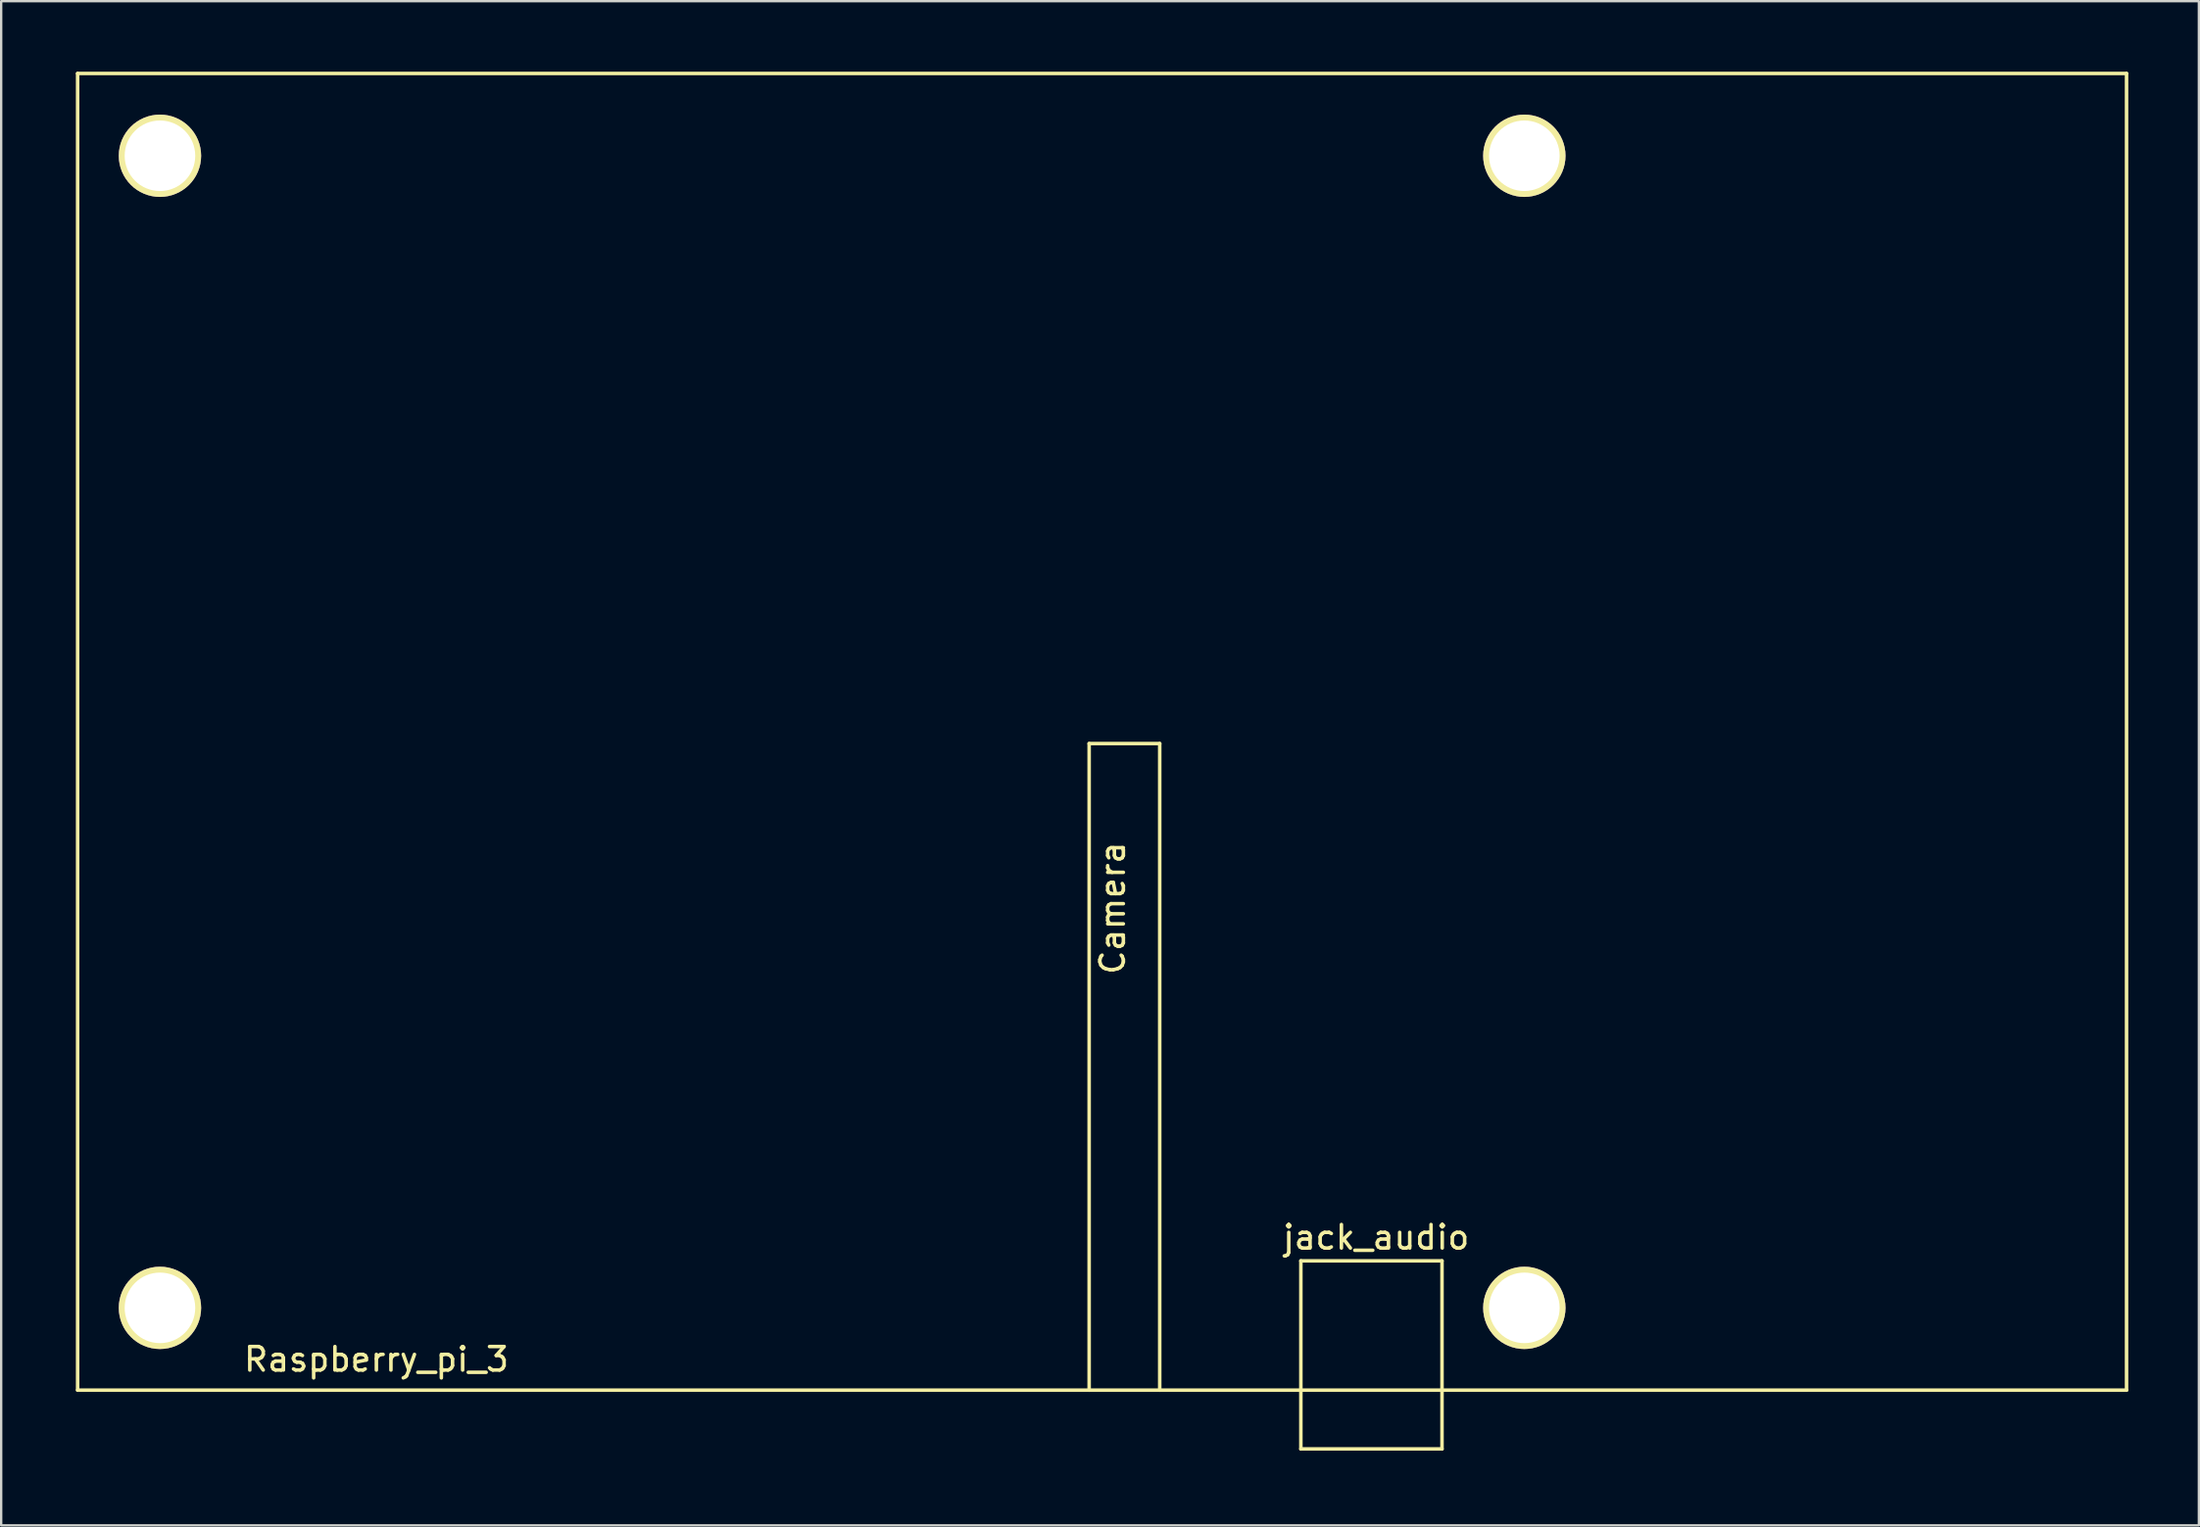
<source format=kicad_pcb>
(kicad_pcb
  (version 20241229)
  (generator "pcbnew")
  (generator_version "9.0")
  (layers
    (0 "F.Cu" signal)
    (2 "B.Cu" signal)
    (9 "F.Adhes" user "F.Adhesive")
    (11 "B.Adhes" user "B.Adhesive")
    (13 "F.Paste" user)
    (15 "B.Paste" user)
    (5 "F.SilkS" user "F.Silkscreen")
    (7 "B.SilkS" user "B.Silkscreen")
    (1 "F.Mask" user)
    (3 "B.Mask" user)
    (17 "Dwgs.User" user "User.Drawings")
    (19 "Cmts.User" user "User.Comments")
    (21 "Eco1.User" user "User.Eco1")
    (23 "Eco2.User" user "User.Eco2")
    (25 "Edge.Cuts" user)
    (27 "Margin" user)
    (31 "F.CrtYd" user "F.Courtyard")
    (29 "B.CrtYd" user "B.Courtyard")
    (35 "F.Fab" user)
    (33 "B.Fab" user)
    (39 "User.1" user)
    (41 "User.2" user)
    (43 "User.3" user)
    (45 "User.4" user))
  (footprint "Raspberry_pi_3"
    (layer "F.Cu")
    (at 0.25 58.575)
    (property "Reference" "Raspberry_pi_3" (at 12.7 -3.81 0) (layer "F.SilkS") (effects (font (size 1 1) (thickness 0.15))))
    (attr through_hole)
    (fp_line (start 0 -58.5) (end 0 -2.5) (stroke (width 0.15) (type solid)) (layer "F.SilkS"))
    (fp_line (start 0 -58.5) (end 87.1 -58.5) (stroke (width 0.15) (type solid)) (layer "F.SilkS"))
    (fp_line (start 0 -2.5) (end 87.1 -2.5) (stroke (width 0.15) (type solid)) (layer "F.SilkS"))
    (fp_line (start 43 -30) (end 43 -2.5) (stroke (width 0.15) (type solid)) (layer "F.SilkS"))
    (fp_line (start 43 -30) (end 46 -30) (stroke (width 0.15) (type solid)) (layer "F.SilkS"))
    (fp_line (start 46 -30) (end 46 -2.5) (stroke (width 0.15) (type solid)) (layer "F.SilkS"))
    (fp_line (start 52 -8) (end 52 0) (stroke (width 0.15) (type solid)) (layer "F.SilkS"))
    (fp_line (start 52 0) (end 58 0) (stroke (width 0.15) (type solid)) (layer "F.SilkS"))
    (fp_line (start 58 -8) (end 52 -8) (stroke (width 0.15) (type solid)) (layer "F.SilkS"))
    (fp_line (start 58 0) (end 58 -8) (stroke (width 0.15) (type solid)) (layer "F.SilkS"))
    (fp_line (start 87.1 -2.5) (end 87.1 -58.5) (stroke (width 0.15) (type solid)) (layer "F.SilkS"))
    (fp_text user "Camera" (at 44 -23 90) (layer "F.SilkS") (effects (font (size 1 1) (thickness 0.15))))
    (fp_text user "jack_audio" (at 55.2 -9 0) (layer "F.SilkS") (effects (font (size 1 1) (thickness 0.15))))
    (pad "1" thru_hole circle (at 3.5 -6) (size 3.5 3.5) (drill 3) (layers "*.Cu" "*.Mask" "F.SilkS"))
    (pad "2" thru_hole circle (at 3.5 -55) (size 3.5 3.5) (drill 3) (layers "*.Cu" "*.Mask" "F.SilkS"))
    (pad "3" thru_hole circle (at 61.5 -55) (size 3.5 3.5) (drill 3) (layers "*.Cu" "*.Mask" "F.SilkS"))
    (pad "4" thru_hole circle (at 61.5 -6) (size 3.5 3.5) (drill 3) (layers "*.Cu" "*.Mask" "F.SilkS")))
  (gr_rect
    (start -3 -3)
    (end 90.425 61.825)
    (stroke (width 0.1) (type default))
    (fill no)
    (layer "Edge.Cuts")))
</source>
